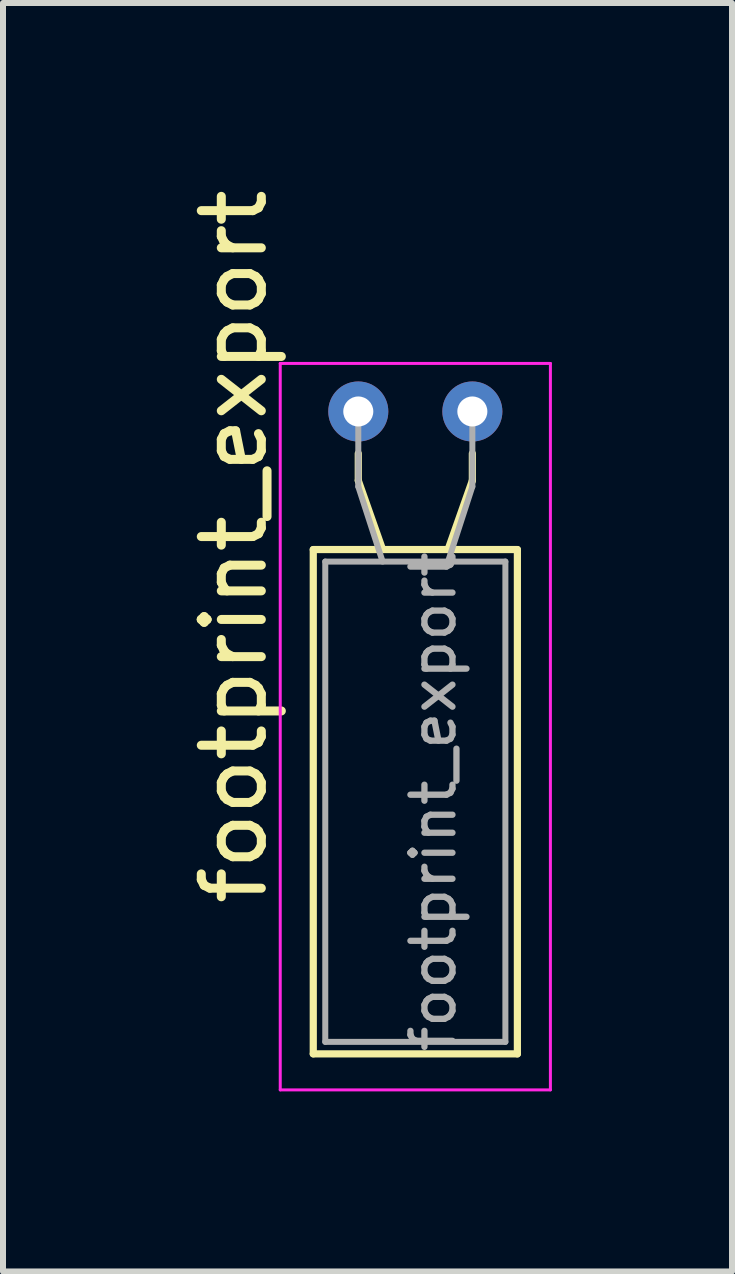
<source format=kicad_pcb>
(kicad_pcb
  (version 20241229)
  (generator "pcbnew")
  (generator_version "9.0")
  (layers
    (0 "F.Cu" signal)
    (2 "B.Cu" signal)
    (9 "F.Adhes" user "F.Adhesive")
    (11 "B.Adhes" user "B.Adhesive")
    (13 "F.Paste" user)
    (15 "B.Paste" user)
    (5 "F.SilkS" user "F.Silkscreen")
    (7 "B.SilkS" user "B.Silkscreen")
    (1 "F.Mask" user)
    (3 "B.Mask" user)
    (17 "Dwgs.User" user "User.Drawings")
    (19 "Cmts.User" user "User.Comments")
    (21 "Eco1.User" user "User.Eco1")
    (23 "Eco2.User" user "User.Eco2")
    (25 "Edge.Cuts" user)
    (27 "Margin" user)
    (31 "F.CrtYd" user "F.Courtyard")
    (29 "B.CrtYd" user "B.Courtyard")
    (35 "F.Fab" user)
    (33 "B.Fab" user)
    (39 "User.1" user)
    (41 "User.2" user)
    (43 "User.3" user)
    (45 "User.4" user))
  (footprint "footprint_export"
    (layer "F.Cu")
    (at 2.918 3.804)
    (property "Reference" "footprint_export" (at -2.07 2.25 90) (layer "F.SilkS") (effects (font (size 1 1) (thickness 0.15))))
    (attr through_hole)
    (fp_line (start -0.75 2.3) (end -0.75 10.7) (stroke (width 0.12) (type solid)) (layer "F.SilkS"))
    (fp_line (start -0.75 10.7) (end 2.65 10.7) (stroke (width 0.12) (type solid)) (layer "F.SilkS"))
    (fp_line (start 0 1.15) (end 0 0.7) (stroke (width 0.12) (type solid)) (layer "F.SilkS"))
    (fp_line (start 0.405 2.3) (end 0 1.15) (stroke (width 0.12) (type solid)) (layer "F.SilkS"))
    (fp_line (start 1.495 2.3) (end 1.9 1.15) (stroke (width 0.12) (type solid)) (layer "F.SilkS"))
    (fp_line (start 1.9 1.15) (end 1.9 0.7) (stroke (width 0.12) (type solid)) (layer "F.SilkS"))
    (fp_line (start 2.65 2.3) (end -0.75 2.3) (stroke (width 0.12) (type solid)) (layer "F.SilkS"))
    (fp_line (start 2.65 10.7) (end 2.65 2.3) (stroke (width 0.12) (type solid)) (layer "F.SilkS"))
    (fp_line (start -1.3 -0.8) (end -1.3 11.3) (stroke (width 0.05) (type solid)) (layer "F.CrtYd"))
    (fp_line (start -1.3 11.3) (end 3.2 11.3) (stroke (width 0.05) (type solid)) (layer "F.CrtYd"))
    (fp_line (start 3.2 -0.8) (end -1.3 -0.8) (stroke (width 0.05) (type solid)) (layer "F.CrtYd"))
    (fp_line (start 3.2 11.3) (end 3.2 -0.8) (stroke (width 0.05) (type solid)) (layer "F.CrtYd"))
    (fp_line (start -0.55 2.5) (end -0.55 10.5) (stroke (width 0.1) (type solid)) (layer "F.Fab"))
    (fp_line (start -0.55 10.5) (end 2.45 10.5) (stroke (width 0.1) (type solid)) (layer "F.Fab"))
    (fp_line (start 0 1.25) (end 0 0) (stroke (width 0.1) (type solid)) (layer "F.Fab"))
    (fp_line (start 0.405 2.5) (end 0 1.25) (stroke (width 0.1) (type solid)) (layer "F.Fab"))
    (fp_line (start 1.495 2.5) (end 1.9 1.25) (stroke (width 0.1) (type solid)) (layer "F.Fab"))
    (fp_line (start 1.9 1.25) (end 1.9 0) (stroke (width 0.1) (type solid)) (layer "F.Fab"))
    (fp_line (start 2.45 2.5) (end -0.55 2.5) (stroke (width 0.1) (type solid)) (layer "F.Fab"))
    (fp_line (start 2.45 10.5) (end 2.45 2.5) (stroke (width 0.1) (type solid)) (layer "F.Fab"))
    (fp_text user "${REFERENCE}" (at 1.25 6.5 90) (layer "F.Fab") (effects (font (size 0.7 0.7) (thickness 0.105))))
    (pad "1" thru_hole circle (at 0 0) (size 1 1) (drill 0.5) (layers "*.Cu" "*.Mask"))
    (pad "2" thru_hole circle (at 1.9 0) (size 1 1) (drill 0.5) (layers "*.Cu" "*.Mask")))
  (gr_rect
    (start -3 -3)
    (end 9.143 18.129)
    (stroke (width 0.1) (type default))
    (fill no)
    (layer "Edge.Cuts")))
</source>
